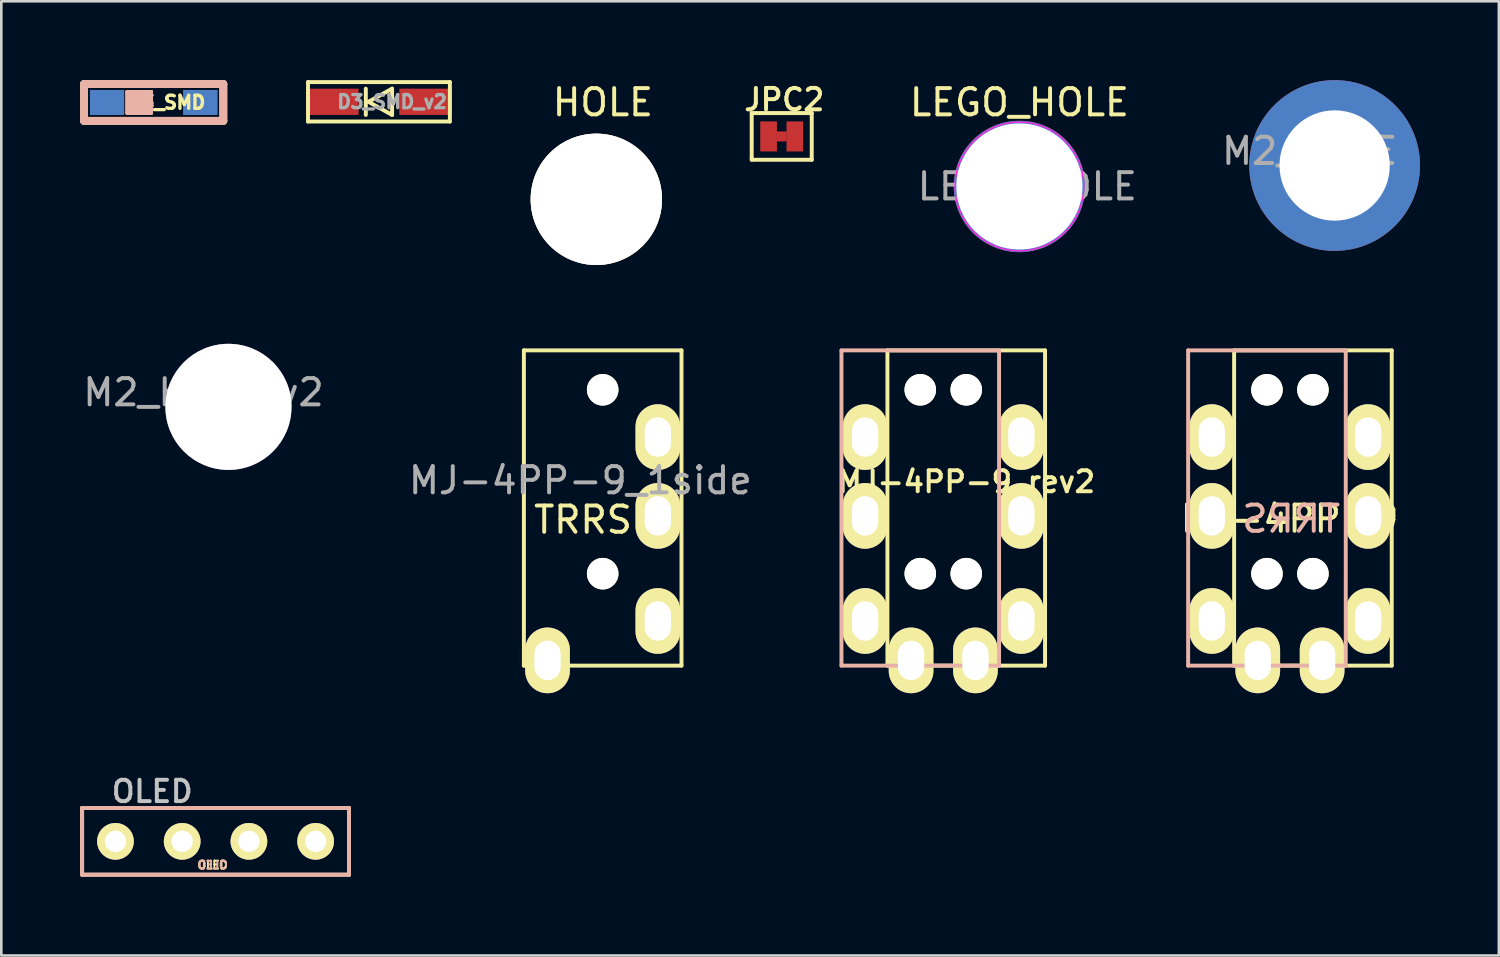
<source format=kicad_pcb>
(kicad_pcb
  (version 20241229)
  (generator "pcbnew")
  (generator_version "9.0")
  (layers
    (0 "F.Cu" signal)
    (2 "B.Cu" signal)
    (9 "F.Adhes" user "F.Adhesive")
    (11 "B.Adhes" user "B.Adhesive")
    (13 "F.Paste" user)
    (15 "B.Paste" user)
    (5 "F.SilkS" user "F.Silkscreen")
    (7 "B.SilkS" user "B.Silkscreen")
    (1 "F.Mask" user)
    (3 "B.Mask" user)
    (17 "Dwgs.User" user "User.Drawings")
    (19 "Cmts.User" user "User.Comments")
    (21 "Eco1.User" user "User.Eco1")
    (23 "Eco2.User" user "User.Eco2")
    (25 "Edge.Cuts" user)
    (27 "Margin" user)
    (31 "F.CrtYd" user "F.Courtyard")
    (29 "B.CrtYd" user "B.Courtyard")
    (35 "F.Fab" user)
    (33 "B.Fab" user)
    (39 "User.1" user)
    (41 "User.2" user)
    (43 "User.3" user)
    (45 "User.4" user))
  (footprint "OLED"
    (layer "F.Cu")
    (at 1.345 28.977)
    (property "Reference" "OLED" (at 1.4 -1.9 180) (layer "Dwgs.User") (effects (font (size 0.813 0.813) (thickness 0.15))))
    (attr through_hole)
    (fp_line (start -1.27 -1.27) (end 8.89 -1.27) (stroke (width 0.15) (type solid)) (layer "F.SilkS"))
    (fp_line (start -1.27 1.27) (end -1.27 -1.27) (stroke (width 0.15) (type solid)) (layer "F.SilkS"))
    (fp_line (start -1.27 1.27) (end 8.89 1.27) (stroke (width 0.15) (type solid)) (layer "F.SilkS"))
    (fp_line (start 8.89 -1.27) (end 8.89 1.27) (stroke (width 0.15) (type solid)) (layer "F.SilkS"))
    (fp_line (start -1.27 -1.27) (end 8.89 -1.27) (stroke (width 0.15) (type solid)) (layer "B.SilkS"))
    (fp_line (start -1.27 1.27) (end -1.27 -1.27) (stroke (width 0.15) (type solid)) (layer "B.SilkS"))
    (fp_line (start 8.89 -1.27) (end 8.89 1.27) (stroke (width 0.15) (type solid)) (layer "B.SilkS"))
    (fp_line (start 8.89 1.27) (end -1.27 1.27) (stroke (width 0.15) (type solid)) (layer "B.SilkS"))
    (fp_text user "OLED" (at 3.7 0.9 0) (layer "F.SilkS") (effects (font (size 0.3 0.3) (thickness 0.075))))
    (fp_text user "OLED" (at 3.7 0.9 0) (layer "B.SilkS") (effects (font (size 0.3 0.3) (thickness 0.075)) (justify mirror)))
    (pad "1" thru_hole circle (at 0 0) (size 1.397 1.397) (drill 0.813) (layers "*.Cu" "*.Mask" "F.SilkS"))
    (pad "2" thru_hole circle (at 2.54 0) (size 1.397 1.397) (drill 0.813) (layers "*.Cu" "*.Mask" "F.SilkS"))
    (pad "3" thru_hole circle (at 5.08 0) (size 1.397 1.397) (drill 0.813) (layers "*.Cu" "*.Mask" "F.SilkS"))
    (pad "4" thru_hole circle (at 7.62 0) (size 1.397 1.397) (drill 0.813) (layers "*.Cu" "*.Mask" "F.SilkS")))
  (footprint "D3_SMD_v2"
    (layer "F.Cu")
    (at 11.375 0.825)
    (property "Reference" "D3_SMD_v2" (at 0.5 0 0) (layer "F.Fab") (effects (font (size 0.5 0.5) (thickness 0.125))))
    (attr through_hole)
    (fp_line (start -2.7 -0.75) (end -2.7 0.75) (stroke (width 0.15) (type solid)) (layer "F.SilkS"))
    (fp_line (start -2.7 0.75) (end 2.7 0.75) (stroke (width 0.15) (type solid)) (layer "F.SilkS"))
    (fp_line (start -0.5 -0.5) (end -0.5 0.5) (stroke (width 0.15) (type solid)) (layer "F.SilkS"))
    (fp_line (start -0.4 0) (end 0.5 -0.5) (stroke (width 0.15) (type solid)) (layer "F.SilkS"))
    (fp_line (start 0.5 -0.5) (end 0.5 0.5) (stroke (width 0.15) (type solid)) (layer "F.SilkS"))
    (fp_line (start 0.5 0.5) (end -0.4 0) (stroke (width 0.15) (type solid)) (layer "F.SilkS"))
    (fp_line (start 2.7 -0.75) (end -2.7 -0.75) (stroke (width 0.15) (type solid)) (layer "F.SilkS"))
    (fp_line (start 2.7 -0.75) (end 2.7 0.75) (stroke (width 0.15) (type solid)) (layer "F.SilkS"))
    (pad "" smd rect (at -1.775 0) (size 1.4 1) (layers "F.Mask" "F.Paste"))
    (pad "" smd rect (at 1.775 0) (size 1.4 1) (layers "F.Mask" "F.Paste"))
    (pad "1" smd rect (at -1.775 0) (size 2 1) (layers "F.Cu"))
    (pad "2" smd rect (at 1.775 0) (size 2 1) (layers "F.Cu")))
  (footprint "M2_HOLE_v2"
    (layer "F.Cu")
    (at 5.646 12.438)
    (property "Reference" "M2_HOLE_v2" (at -0.95 -0.55 0) (layer "F.Fab") (effects (font (size 1 1) (thickness 0.15))))
    (attr exclude_from_pos_files exclude_from_bom)
    (pad "" thru_hole circle (at 0 0) (size 4.8 4.8) (drill 4.8) (layers "*.Cu" "*.Mask")))
  (footprint "MJ-4PP-9"
    (layer "F.Cu")
    (at 46.928 10.288)
    (property "Reference" "MJ-4PP-9" (at -0.889 6.413 0) (layer "F.SilkS") (effects (font (size 1 1) (thickness 0.15))))
    (attr through_hole)
    (fp_line (start -3 0) (end 3 0) (stroke (width 0.15) (type solid)) (layer "F.SilkS"))
    (fp_line (start -3 12) (end -3 0) (stroke (width 0.15) (type solid)) (layer "F.SilkS"))
    (fp_line (start 3 0) (end 3 12) (stroke (width 0.15) (type solid)) (layer "F.SilkS"))
    (fp_line (start 3 12) (end -3 12) (stroke (width 0.15) (type solid)) (layer "F.SilkS"))
    (fp_line (start -4.75 0) (end 1.25 0) (stroke (width 0.15) (type solid)) (layer "B.SilkS"))
    (fp_line (start -4.75 12) (end -4.75 0) (stroke (width 0.15) (type solid)) (layer "B.SilkS"))
    (fp_line (start 1.25 0) (end 1.25 12) (stroke (width 0.15) (type solid)) (layer "B.SilkS"))
    (fp_line (start 1.25 12) (end -4.75 12) (stroke (width 0.15) (type solid)) (layer "B.SilkS"))
    (fp_text user "TRRS" (at -0.826 6.413 0) (layer "B.SilkS") (effects (font (size 1 1) (thickness 0.15)) (justify mirror)))
    (pad "" np_thru_hole circle (at -1.75 1.5) (size 1.2 1.2) (drill 1.2) (layers "*.Cu" "*.Mask" "F.SilkS"))
    (pad "" np_thru_hole circle (at -1.75 8.5) (size 1.2 1.2) (drill 1.2) (layers "*.Cu" "*.Mask" "F.SilkS"))
    (pad "" np_thru_hole circle (at 0 1.5) (size 1.2 1.2) (drill 1.2) (layers "*.Cu" "*.Mask" "F.SilkS"))
    (pad "" np_thru_hole circle (at 0 8.5) (size 1.2 1.2) (drill 1.2) (layers "*.Cu" "*.Mask" "F.SilkS"))
    (pad "A" thru_hole oval (at -2.1 11.8) (size 1.7 2.5) (drill oval 1 1.5) (layers "*.Cu" "*.Mask" "F.SilkS"))
    (pad "A" thru_hole oval (at 0.35 11.8) (size 1.7 2.5) (drill oval 1 1.5) (layers "*.Cu" "*.Mask" "F.SilkS"))
    (pad "B" thru_hole oval (at -3.85 3.3) (size 1.7 2.5) (drill oval 1 1.5) (layers "*.Cu" "*.Mask" "F.SilkS"))
    (pad "B" thru_hole oval (at 2.1 3.3) (size 1.7 2.5) (drill oval 1 1.5) (layers "*.Cu" "*.Mask" "F.SilkS"))
    (pad "C" thru_hole oval (at -3.85 6.3) (size 1.7 2.5) (drill oval 1 1.5) (layers "*.Cu" "*.Mask" "F.SilkS"))
    (pad "C" thru_hole oval (at 2.1 6.3) (size 1.7 2.5) (drill oval 1 1.5) (layers "*.Cu" "*.Mask" "F.SilkS"))
    (pad "D" thru_hole oval (at -3.85 10.3) (size 1.7 2.5) (drill oval 1 1.5) (layers "*.Cu" "*.Mask" "F.SilkS"))
    (pad "D" thru_hole oval (at 2.1 10.3) (size 1.7 2.5) (drill oval 1 1.5) (layers "*.Cu" "*.Mask" "F.SilkS")))
  (footprint "HOLE"
    (layer "F.Cu")
    (at 21.3 5.238)
    (property "Reference" "HOLE" (at -1.4 -4.39 0) (layer "F.SilkS") (effects (font (size 1 1) (thickness 0.15))))
    (attr through_hole)
    (pad "" thru_hole circle (at -1.65 -0.7) (size 5 5) (drill 5) (layers "*.Cu" "*.Mask" "F.SilkS")))
  (footprint "D3_SMD"
    (layer "F.Cu")
    (at 2.8 0.85)
    (property "Reference" "D3_SMD" (at 0.5 0 0) (layer "F.SilkS") (effects (font (size 0.5 0.5) (thickness 0.125))))
    (attr through_hole)
    (fp_line (start -2.65 -0.7) (end -2.65 0.7) (stroke (width 0.3) (type solid)) (layer "F.SilkS"))
    (fp_line (start -1 -0.4) (end -1 0.4) (stroke (width 0.15) (type solid)) (layer "F.SilkS"))
    (fp_line (start -1 -0.4) (end -0.1 -0.4) (stroke (width 0.15) (type solid)) (layer "F.SilkS"))
    (fp_line (start -1 0.4) (end -0.1 0.4) (stroke (width 0.15) (type solid)) (layer "F.SilkS"))
    (fp_line (start -0.9 -0.4) (end -0.9 0.4) (stroke (width 0.15) (type solid)) (layer "F.SilkS"))
    (fp_line (start -0.8 -0.4) (end -0.8 0.4) (stroke (width 0.15) (type solid)) (layer "F.SilkS"))
    (fp_line (start -0.7 -0.4) (end -0.7 0.4) (stroke (width 0.15) (type solid)) (layer "F.SilkS"))
    (fp_line (start -0.6 -0.4) (end -0.6 0.4) (stroke (width 0.15) (type solid)) (layer "F.SilkS"))
    (fp_line (start -0.5 -0.3) (end -0.5 0.4) (stroke (width 0.15) (type solid)) (layer "F.SilkS"))
    (fp_line (start -0.4 -0.4) (end -0.4 0.4) (stroke (width 0.15) (type solid)) (layer "F.SilkS"))
    (fp_line (start -0.3 -0.4) (end -0.3 0.4) (stroke (width 0.15) (type solid)) (layer "F.SilkS"))
    (fp_line (start -0.2 -0.4) (end -0.2 0.4) (stroke (width 0.15) (type solid)) (layer "F.SilkS"))
    (fp_line (start -0.1 -0.4) (end -0.1 0.4) (stroke (width 0.15) (type solid)) (layer "F.SilkS"))
    (fp_line (start 2.65 -0.7) (end -2.65 -0.7) (stroke (width 0.3) (type solid)) (layer "F.SilkS"))
    (fp_line (start 2.65 -0.7) (end 2.65 0.7) (stroke (width 0.3) (type solid)) (layer "F.SilkS"))
    (fp_line (start 2.65 0.7) (end -2.65 0.7) (stroke (width 0.3) (type solid)) (layer "F.SilkS"))
    (fp_line (start -2.65 -0.7) (end -2.65 0.7) (stroke (width 0.3) (type solid)) (layer "B.SilkS"))
    (fp_line (start -2.65 0.7) (end 2.65 0.7) (stroke (width 0.3) (type solid)) (layer "B.SilkS"))
    (fp_line (start -1 -0.4) (end -1 0.4) (stroke (width 0.15) (type solid)) (layer "B.SilkS"))
    (fp_line (start -1 -0.4) (end -0.1 -0.4) (stroke (width 0.15) (type solid)) (layer "B.SilkS"))
    (fp_line (start -1 0.4) (end -0.1 0.4) (stroke (width 0.15) (type solid)) (layer "B.SilkS"))
    (fp_line (start -0.9 -0.4) (end -0.9 0.4) (stroke (width 0.15) (type solid)) (layer "B.SilkS"))
    (fp_line (start -0.8 -0.4) (end -0.8 0.4) (stroke (width 0.15) (type solid)) (layer "B.SilkS"))
    (fp_line (start -0.7 -0.4) (end -0.7 0.4) (stroke (width 0.15) (type solid)) (layer "B.SilkS"))
    (fp_line (start -0.6 -0.4) (end -0.6 0.4) (stroke (width 0.15) (type solid)) (layer "B.SilkS"))
    (fp_line (start -0.5 -0.3) (end -0.5 0.4) (stroke (width 0.15) (type solid)) (layer "B.SilkS"))
    (fp_line (start -0.4 -0.4) (end -0.4 0.4) (stroke (width 0.15) (type solid)) (layer "B.SilkS"))
    (fp_line (start -0.3 -0.4) (end -0.3 0.4) (stroke (width 0.15) (type solid)) (layer "B.SilkS"))
    (fp_line (start -0.2 -0.4) (end -0.2 0.4) (stroke (width 0.15) (type solid)) (layer "B.SilkS"))
    (fp_line (start -0.1 -0.4) (end -0.1 0.4) (stroke (width 0.15) (type solid)) (layer "B.SilkS"))
    (fp_line (start 2.65 -0.7) (end -2.65 -0.7) (stroke (width 0.3) (type solid)) (layer "B.SilkS"))
    (fp_line (start 2.65 0.7) (end 2.65 -0.7) (stroke (width 0.3) (type solid)) (layer "B.SilkS"))
    (pad "1" smd rect (at -1.775 0) (size 1.3 0.95) (layers "F.Cu" "F.Mask" "F.Paste"))
    (pad "1" smd rect (at -1.775 0) (size 1.3 0.95) (layers "B.Cu" "B.Mask" "B.Paste"))
    (pad "2" smd rect (at 1.775 0) (size 1.3 0.95) (layers "F.Cu" "F.Mask" "F.Paste"))
    (pad "2" smd rect (at 1.775 0) (size 1.3 0.95) (layers "B.Cu" "B.Mask" "B.Paste")))
  (footprint "LEGO_HOLE"
    (layer "F.Cu")
    (at 35.755 4.048)
    (property "Reference" "LEGO_HOLE" (at 0 -3.2 0) (layer "F.SilkS") (effects (font (size 1 1) (thickness 0.15))))
    (attr exclude_from_pos_files exclude_from_bom)
    (fp_circle (center 0 0) (end 2.2 0) (stroke (width 0.15) (type solid)) (fill no) (layer "Cmts.User"))
    (fp_circle (center 0 0) (end 2.45 0) (stroke (width 0.05) (type solid)) (fill no) (layer "F.CrtYd"))
    (fp_text user "${REFERENCE}" (at 0.3 0 0) (layer "F.Fab") (effects (font (size 1 1) (thickness 0.15))))
    (pad "" np_thru_hole circle (at 0 0) (size 5 5) (drill 4.8) (layers "*.Cu" "*.Mask")))
  (footprint "MJ-4PP-9_1side"
    (layer "F.Cu")
    (at 19.892 10.288)
    (property "Reference" "MJ-4PP-9_1side" (at -0.85 4.95 0) (layer "F.Fab") (effects (font (size 1 1) (thickness 0.15))))
    (attr through_hole)
    (fp_line (start -3 0) (end 3 0) (stroke (width 0.15) (type solid)) (layer "F.SilkS"))
    (fp_line (start -3 12) (end -3 0) (stroke (width 0.15) (type solid)) (layer "F.SilkS"))
    (fp_line (start 3 0) (end 3 12) (stroke (width 0.15) (type solid)) (layer "F.SilkS"))
    (fp_line (start 3 12) (end -3 12) (stroke (width 0.15) (type solid)) (layer "F.SilkS"))
    (fp_text user "TRRS" (at -0.75 6.45 0) (layer "F.SilkS") (effects (font (size 1 1) (thickness 0.15))))
    (pad "" np_thru_hole circle (at 0 1.5) (size 1.2 1.2) (drill 1.2) (layers "*.Cu" "*.Mask" "F.SilkS"))
    (pad "" np_thru_hole circle (at 0 8.5) (size 1.2 1.2) (drill 1.2) (layers "*.Cu" "*.Mask" "F.SilkS"))
    (pad "A" thru_hole oval (at -2.1 11.8) (size 1.7 2.5) (drill oval 1 1.5) (layers "*.Cu" "*.Mask" "F.SilkS"))
    (pad "B" thru_hole oval (at 2.1 3.3) (size 1.7 2.5) (drill oval 1 1.5) (layers "*.Cu" "*.Mask" "F.SilkS"))
    (pad "C" thru_hole oval (at 2.1 6.3) (size 1.7 2.5) (drill oval 1 1.5) (layers "*.Cu" "*.Mask" "F.SilkS"))
    (pad "D" thru_hole oval (at 2.1 10.3) (size 1.7 2.5) (drill oval 1 1.5) (layers "*.Cu" "*.Mask" "F.SilkS")))
  (footprint "JPC2"
    (layer "F.Cu")
    (at 26.707 2.143)
    (property "Reference" "JPC2" (at 0.1 -1.4 0) (layer "F.SilkS") (effects (font (size 0.813 0.813) (thickness 0.152))))
    (attr smd)
    (fp_line (start -1.143 -0.889) (end 1.143 -0.889) (stroke (width 0.15) (type solid)) (layer "F.SilkS"))
    (fp_line (start -1.143 0.889) (end -1.143 -0.889) (stroke (width 0.15) (type solid)) (layer "F.SilkS"))
    (fp_line (start 1.143 -0.889) (end 1.143 0.889) (stroke (width 0.15) (type solid)) (layer "F.SilkS"))
    (fp_line (start 1.143 0.889) (end -1.143 0.889) (stroke (width 0.15) (type solid)) (layer "F.SilkS"))
    (pad "" smd rect (at 0 0 90) (size 0.381 0.381) (layers "F.Cu" "F.Mask" "F.Paste"))
    (pad "1" smd rect (at -0.5 0) (size 0.635 1.143) (layers "F.Cu" "F.Mask" "F.Paste"))
    (pad "2" smd rect (at 0.5 0) (size 0.635 1.143) (layers "F.Cu" "F.Mask" "F.Paste")))
  (footprint "M2_HOLE"
    (layer "F.Cu")
    (at 47.755 3.25)
    (property "Reference" "M2_HOLE" (at -0.95 -0.55 0) (layer "F.Fab") (effects (font (size 1 1) (thickness 0.15))))
    (attr exclude_from_pos_files exclude_from_bom)
    (pad "" thru_hole circle (at 0 0) (size 6.5 6.5) (drill 4.2) (layers "*.Cu" "*.Mask")))
  (footprint "MJ-4PP-9_rev2"
    (layer "F.Cu")
    (at 33.731 10.288)
    (property "Reference" "MJ-4PP-9_rev2" (at 0 5 0) (layer "F.SilkS") (effects (font (size 0.8 0.8) (thickness 0.15))))
    (attr through_hole)
    (fp_line (start -3 0) (end 3 0) (stroke (width 0.15) (type solid)) (layer "F.SilkS"))
    (fp_line (start -3 12) (end -3 0) (stroke (width 0.15) (type solid)) (layer "F.SilkS"))
    (fp_line (start 3 0) (end 3 12) (stroke (width 0.15) (type solid)) (layer "F.SilkS"))
    (fp_line (start 3 12) (end -3 12) (stroke (width 0.15) (type solid)) (layer "F.SilkS"))
    (fp_line (start -4.75 0) (end 1.25 0) (stroke (width 0.15) (type solid)) (layer "B.SilkS"))
    (fp_line (start -4.75 12) (end -4.75 0) (stroke (width 0.15) (type solid)) (layer "B.SilkS"))
    (fp_line (start 1.25 0) (end 1.25 12) (stroke (width 0.15) (type solid)) (layer "B.SilkS"))
    (fp_line (start 1.25 12) (end -4.75 12) (stroke (width 0.15) (type solid)) (layer "B.SilkS"))
    (pad "" np_thru_hole circle (at -1.75 1.5) (size 1.2 1.2) (drill 1.2) (layers "*.Cu" "*.Mask" "F.SilkS"))
    (pad "" np_thru_hole circle (at -1.75 8.5) (size 1.2 1.2) (drill 1.2) (layers "*.Cu" "*.Mask" "F.SilkS"))
    (pad "" np_thru_hole circle (at 0 1.5) (size 1.2 1.2) (drill 1.2) (layers "*.Cu" "*.Mask" "F.SilkS"))
    (pad "" np_thru_hole circle (at 0 8.5) (size 1.2 1.2) (drill 1.2) (layers "*.Cu" "*.Mask" "F.SilkS"))
    (pad "1" thru_hole oval (at -3.85 10.3) (size 1.7 2.5) (drill oval 1 1.5) (layers "*.Cu" "*.Mask" "F.SilkS"))
    (pad "1" thru_hole oval (at 2.1 10.3) (size 1.7 2.5) (drill oval 1 1.5) (layers "*.Cu" "*.Mask" "F.SilkS"))
    (pad "2" thru_hole oval (at -3.85 6.3) (size 1.7 2.5) (drill oval 1 1.5) (layers "*.Cu" "*.Mask" "F.SilkS"))
    (pad "2" thru_hole oval (at 2.1 6.3) (size 1.7 2.5) (drill oval 1 1.5) (layers "*.Cu" "*.Mask" "F.SilkS"))
    (pad "3" thru_hole oval (at -3.85 3.3) (size 1.7 2.5) (drill oval 1 1.5) (layers "*.Cu" "*.Mask" "F.SilkS"))
    (pad "3" thru_hole oval (at 2.1 3.3) (size 1.7 2.5) (drill oval 1 1.5) (layers "*.Cu" "*.Mask" "F.SilkS"))
    (pad "4" thru_hole oval (at -2.1 11.8) (size 1.7 2.5) (drill oval 1 1.5) (layers "*.Cu" "*.Mask" "F.SilkS"))
    (pad "4" thru_hole oval (at 0.35 11.8) (size 1.7 2.5) (drill oval 1 1.5) (layers "*.Cu" "*.Mask" "F.SilkS")))
  (gr_rect
    (start -3 -3)
    (end 54.005 33.322)
    (stroke (width 0.1) (type default))
    (fill no)
    (layer "Edge.Cuts")))
</source>
